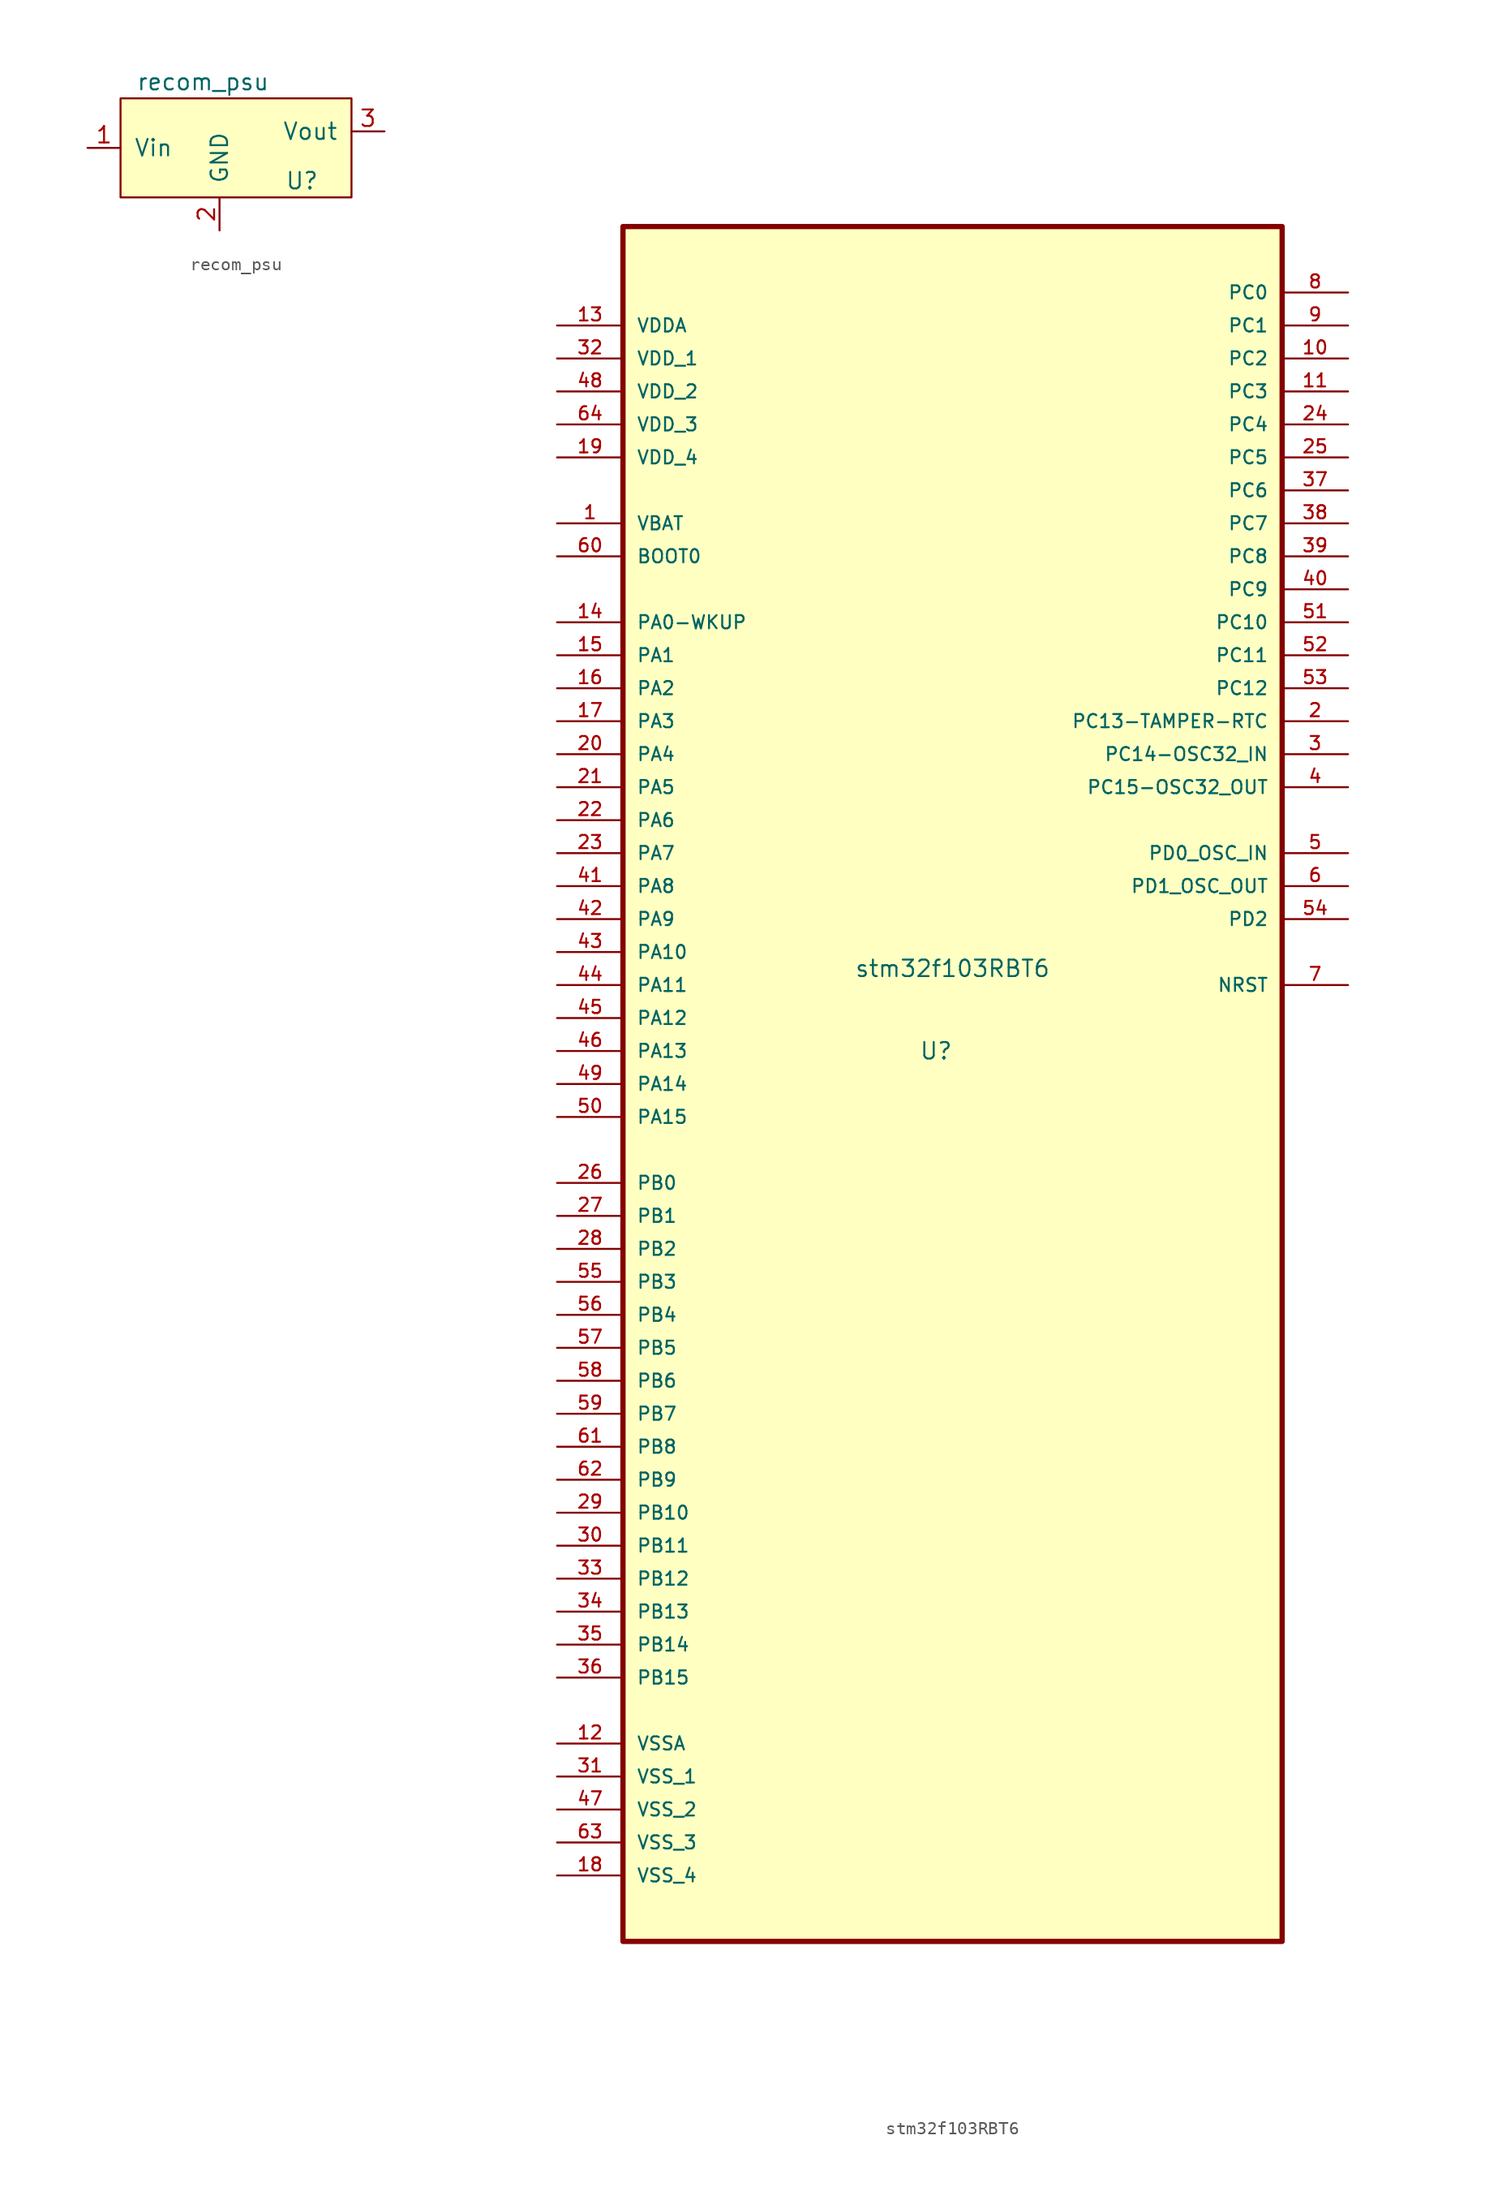
<source format=kicad_sym>
(kicad_symbol_lib
  (version 20201005)
  (generator kicad_symbol_editor)
  (symbol "Halfgelijders:recom_psu"
    (pin_names
      (offset 1.016))
    (property "Reference" "U"
      (at 6.35 -1.27 0)
      (effects (font (size 1.27 1.27))))
    (property "Value" "recom_psu"
      (at -1.27 6.35 0)
      (effects (font (size 1.27 1.27))))
    (symbol "recom_psu_0_1"
      (rectangle (start -7.62 5.08) (end 10.16 -2.54) (stroke (width 0)) (fill (type background))))
    (symbol "recom_psu_1_1"
      (pin power_in line (at -10.16 1.27 0) (length 2.54) (name "Vin" (effects (font (size 1.27 1.27)))) (number "1" (effects (font (size 1.27 1.27)))))
      (pin power_out line (at 0 -5.08 90) (length 2.54) (name "GND" (effects (font (size 1.27 1.27)))) (number "2" (effects (font (size 1.27 1.27)))))
      (pin power_out line (at 12.7 2.54 180) (length 2.54) (name "Vout" (effects (font (size 1.27 1.27)))) (number "3" (effects (font (size 1.27 1.27)))))))
  (symbol "Halfgelijders:stm32f103RBT6"
    (pin_names
      (offset 1.016))
    (property "Reference" "U"
      (at -1.27 0 0)
      (effects (font (size 1.27 1.27))))
    (property "Value" "stm32f103RBT6"
      (at 0 6.35 0)
      (effects (font (size 1.27 1.27))))
    (symbol "stm32f103RBT6_1_1"
      (rectangle (start -25.4 -68.58) (end 25.4 63.5) (stroke (width 0.406)) (fill (type background)))
      (pin input line (at -30.48 40.64 0) (length 5.08) (name "VBAT" (effects (font (size 1.016 1.016)))) (number "1" (effects (font (size 1.016 1.016)))))
      (pin bidirectional line (at 30.48 53.34 180) (length 5.08) (name "PC2" (effects (font (size 1.016 1.016)))) (number "10" (effects (font (size 1.016 1.016)))))
      (pin bidirectional line (at 30.48 50.8 180) (length 5.08) (name "PC3" (effects (font (size 1.016 1.016)))) (number "11" (effects (font (size 1.016 1.016)))))
      (pin passive line (at -30.48 -53.34 0) (length 5.08) (name "VSSA" (effects (font (size 1.016 1.016)))) (number "12" (effects (font (size 1.016 1.016)))))
      (pin power_in line (at -30.48 55.88 0) (length 5.08) (name "VDDA" (effects (font (size 1.016 1.016)))) (number "13" (effects (font (size 1.016 1.016)))))
      (pin bidirectional line (at -30.48 33.02 0) (length 5.08) (name "PA0-WKUP" (effects (font (size 1.016 1.016)))) (number "14" (effects (font (size 1.016 1.016)))))
      (pin bidirectional line (at -30.48 30.48 0) (length 5.08) (name "PA1" (effects (font (size 1.016 1.016)))) (number "15" (effects (font (size 1.016 1.016)))))
      (pin bidirectional line (at -30.48 27.94 0) (length 5.08) (name "PA2" (effects (font (size 1.016 1.016)))) (number "16" (effects (font (size 1.016 1.016)))))
      (pin bidirectional line (at -30.48 25.4 0) (length 5.08) (name "PA3" (effects (font (size 1.016 1.016)))) (number "17" (effects (font (size 1.016 1.016)))))
      (pin passive line (at -30.48 -63.5 0) (length 5.08) (name "VSS_4" (effects (font (size 1.016 1.016)))) (number "18" (effects (font (size 1.016 1.016)))))
      (pin power_in line (at -30.48 45.72 0) (length 5.08) (name "VDD_4" (effects (font (size 1.016 1.016)))) (number "19" (effects (font (size 1.016 1.016)))))
      (pin bidirectional line (at 30.48 25.4 180) (length 5.08) (name "PC13-TAMPER-RTC" (effects (font (size 1.016 1.016)))) (number "2" (effects (font (size 1.016 1.016)))))
      (pin bidirectional line (at -30.48 22.86 0) (length 5.08) (name "PA4" (effects (font (size 1.016 1.016)))) (number "20" (effects (font (size 1.016 1.016)))))
      (pin bidirectional line (at -30.48 20.32 0) (length 5.08) (name "PA5" (effects (font (size 1.016 1.016)))) (number "21" (effects (font (size 1.016 1.016)))))
      (pin bidirectional line (at -30.48 17.78 0) (length 5.08) (name "PA6" (effects (font (size 1.016 1.016)))) (number "22" (effects (font (size 1.016 1.016)))))
      (pin bidirectional line (at -30.48 15.24 0) (length 5.08) (name "PA7" (effects (font (size 1.016 1.016)))) (number "23" (effects (font (size 1.016 1.016)))))
      (pin bidirectional line (at 30.48 48.26 180) (length 5.08) (name "PC4" (effects (font (size 1.016 1.016)))) (number "24" (effects (font (size 1.016 1.016)))))
      (pin bidirectional line (at 30.48 45.72 180) (length 5.08) (name "PC5" (effects (font (size 1.016 1.016)))) (number "25" (effects (font (size 1.016 1.016)))))
      (pin bidirectional line (at -30.48 -10.16 0) (length 5.08) (name "PB0" (effects (font (size 1.016 1.016)))) (number "26" (effects (font (size 1.016 1.016)))))
      (pin bidirectional line (at -30.48 -12.7 0) (length 5.08) (name "PB1" (effects (font (size 1.016 1.016)))) (number "27" (effects (font (size 1.016 1.016)))))
      (pin bidirectional line (at -30.48 -15.24 0) (length 5.08) (name "PB2" (effects (font (size 1.016 1.016)))) (number "28" (effects (font (size 1.016 1.016)))))
      (pin bidirectional line (at -30.48 -35.56 0) (length 5.08) (name "PB10" (effects (font (size 1.016 1.016)))) (number "29" (effects (font (size 1.016 1.016)))))
      (pin bidirectional line (at 30.48 22.86 180) (length 5.08) (name "PC14-OSC32_IN" (effects (font (size 1.016 1.016)))) (number "3" (effects (font (size 1.016 1.016)))))
      (pin bidirectional line (at -30.48 -38.1 0) (length 5.08) (name "PB11" (effects (font (size 1.016 1.016)))) (number "30" (effects (font (size 1.016 1.016)))))
      (pin passive line (at -30.48 -55.88 0) (length 5.08) (name "VSS_1" (effects (font (size 1.016 1.016)))) (number "31" (effects (font (size 1.016 1.016)))))
      (pin power_in line (at -30.48 53.34 0) (length 5.08) (name "VDD_1" (effects (font (size 1.016 1.016)))) (number "32" (effects (font (size 1.016 1.016)))))
      (pin bidirectional line (at -30.48 -40.64 0) (length 5.08) (name "PB12" (effects (font (size 1.016 1.016)))) (number "33" (effects (font (size 1.016 1.016)))))
      (pin bidirectional line (at -30.48 -43.18 0) (length 5.08) (name "PB13" (effects (font (size 1.016 1.016)))) (number "34" (effects (font (size 1.016 1.016)))))
      (pin bidirectional line (at -30.48 -45.72 0) (length 5.08) (name "PB14" (effects (font (size 1.016 1.016)))) (number "35" (effects (font (size 1.016 1.016)))))
      (pin bidirectional line (at -30.48 -48.26 0) (length 5.08) (name "PB15" (effects (font (size 1.016 1.016)))) (number "36" (effects (font (size 1.016 1.016)))))
      (pin bidirectional line (at 30.48 43.18 180) (length 5.08) (name "PC6" (effects (font (size 1.016 1.016)))) (number "37" (effects (font (size 1.016 1.016)))))
      (pin bidirectional line (at 30.48 40.64 180) (length 5.08) (name "PC7" (effects (font (size 1.016 1.016)))) (number "38" (effects (font (size 1.016 1.016)))))
      (pin bidirectional line (at 30.48 38.1 180) (length 5.08) (name "PC8" (effects (font (size 1.016 1.016)))) (number "39" (effects (font (size 1.016 1.016)))))
      (pin bidirectional line (at 30.48 20.32 180) (length 5.08) (name "PC15-OSC32_OUT" (effects (font (size 1.016 1.016)))) (number "4" (effects (font (size 1.016 1.016)))))
      (pin bidirectional line (at 30.48 35.56 180) (length 5.08) (name "PC9" (effects (font (size 1.016 1.016)))) (number "40" (effects (font (size 1.016 1.016)))))
      (pin bidirectional line (at -30.48 12.7 0) (length 5.08) (name "PA8" (effects (font (size 1.016 1.016)))) (number "41" (effects (font (size 1.016 1.016)))))
      (pin bidirectional line (at -30.48 10.16 0) (length 5.08) (name "PA9" (effects (font (size 1.016 1.016)))) (number "42" (effects (font (size 1.016 1.016)))))
      (pin bidirectional line (at -30.48 7.62 0) (length 5.08) (name "PA10" (effects (font (size 1.016 1.016)))) (number "43" (effects (font (size 1.016 1.016)))))
      (pin bidirectional line (at -30.48 5.08 0) (length 5.08) (name "PA11" (effects (font (size 1.016 1.016)))) (number "44" (effects (font (size 1.016 1.016)))))
      (pin bidirectional line (at -30.48 2.54 0) (length 5.08) (name "PA12" (effects (font (size 1.016 1.016)))) (number "45" (effects (font (size 1.016 1.016)))))
      (pin bidirectional line (at -30.48 0 0) (length 5.08) (name "PA13" (effects (font (size 1.016 1.016)))) (number "46" (effects (font (size 1.016 1.016)))))
      (pin passive line (at -30.48 -58.42 0) (length 5.08) (name "VSS_2" (effects (font (size 1.016 1.016)))) (number "47" (effects (font (size 1.016 1.016)))))
      (pin power_in line (at -30.48 50.8 0) (length 5.08) (name "VDD_2" (effects (font (size 1.016 1.016)))) (number "48" (effects (font (size 1.016 1.016)))))
      (pin bidirectional line (at -30.48 -2.54 0) (length 5.08) (name "PA14" (effects (font (size 1.016 1.016)))) (number "49" (effects (font (size 1.016 1.016)))))
      (pin bidirectional line (at 30.48 15.24 180) (length 5.08) (name "PD0_OSC_IN" (effects (font (size 1.016 1.016)))) (number "5" (effects (font (size 1.016 1.016)))))
      (pin bidirectional line (at -30.48 -5.08 0) (length 5.08) (name "PA15" (effects (font (size 1.016 1.016)))) (number "50" (effects (font (size 1.016 1.016)))))
      (pin bidirectional line (at 30.48 33.02 180) (length 5.08) (name "PC10" (effects (font (size 1.016 1.016)))) (number "51" (effects (font (size 1.016 1.016)))))
      (pin bidirectional line (at 30.48 30.48 180) (length 5.08) (name "PC11" (effects (font (size 1.016 1.016)))) (number "52" (effects (font (size 1.016 1.016)))))
      (pin bidirectional line (at 30.48 27.94 180) (length 5.08) (name "PC12" (effects (font (size 1.016 1.016)))) (number "53" (effects (font (size 1.016 1.016)))))
      (pin bidirectional line (at 30.48 10.16 180) (length 5.08) (name "PD2" (effects (font (size 1.016 1.016)))) (number "54" (effects (font (size 1.016 1.016)))))
      (pin bidirectional line (at -30.48 -17.78 0) (length 5.08) (name "PB3" (effects (font (size 1.016 1.016)))) (number "55" (effects (font (size 1.016 1.016)))))
      (pin bidirectional line (at -30.48 -20.32 0) (length 5.08) (name "PB4" (effects (font (size 1.016 1.016)))) (number "56" (effects (font (size 1.016 1.016)))))
      (pin bidirectional line (at -30.48 -22.86 0) (length 5.08) (name "PB5" (effects (font (size 1.016 1.016)))) (number "57" (effects (font (size 1.016 1.016)))))
      (pin bidirectional line (at -30.48 -25.4 0) (length 5.08) (name "PB6" (effects (font (size 1.016 1.016)))) (number "58" (effects (font (size 1.016 1.016)))))
      (pin bidirectional line (at -30.48 -27.94 0) (length 5.08) (name "PB7" (effects (font (size 1.016 1.016)))) (number "59" (effects (font (size 1.016 1.016)))))
      (pin bidirectional line (at 30.48 12.7 180) (length 5.08) (name "PD1_OSC_OUT" (effects (font (size 1.016 1.016)))) (number "6" (effects (font (size 1.016 1.016)))))
      (pin input line (at -30.48 38.1 0) (length 5.08) (name "BOOT0" (effects (font (size 1.016 1.016)))) (number "60" (effects (font (size 1.016 1.016)))))
      (pin bidirectional line (at -30.48 -30.48 0) (length 5.08) (name "PB8" (effects (font (size 1.016 1.016)))) (number "61" (effects (font (size 1.016 1.016)))))
      (pin bidirectional line (at -30.48 -33.02 0) (length 5.08) (name "PB9" (effects (font (size 1.016 1.016)))) (number "62" (effects (font (size 1.016 1.016)))))
      (pin passive line (at -30.48 -60.96 0) (length 5.08) (name "VSS_3" (effects (font (size 1.016 1.016)))) (number "63" (effects (font (size 1.016 1.016)))))
      (pin power_in line (at -30.48 48.26 0) (length 5.08) (name "VDD_3" (effects (font (size 1.016 1.016)))) (number "64" (effects (font (size 1.016 1.016)))))
      (pin bidirectional line (at 30.48 5.08 180) (length 5.08) (name "NRST" (effects (font (size 1.016 1.016)))) (number "7" (effects (font (size 1.016 1.016)))))
      (pin bidirectional line (at 30.48 58.42 180) (length 5.08) (name "PC0" (effects (font (size 1.016 1.016)))) (number "8" (effects (font (size 1.016 1.016)))))
      (pin bidirectional line (at 30.48 55.88 180) (length 5.08) (name "PC1" (effects (font (size 1.016 1.016)))) (number "9" (effects (font (size 1.016 1.016))))))))
</source>
